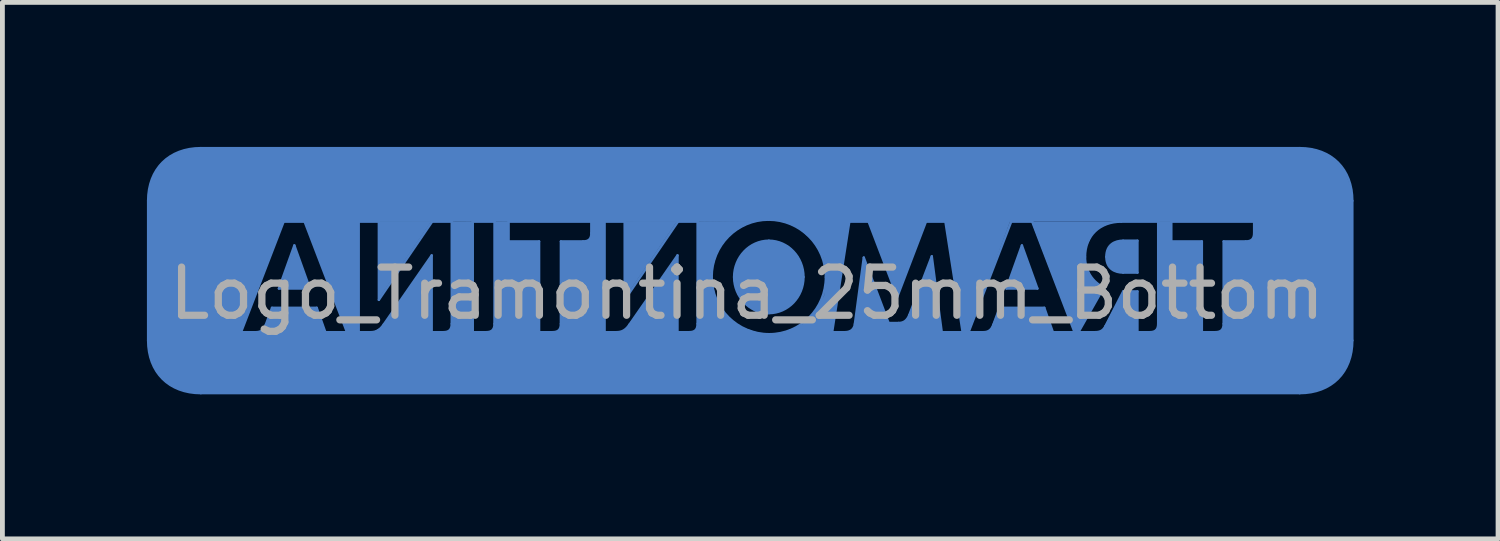
<source format=kicad_pcb>
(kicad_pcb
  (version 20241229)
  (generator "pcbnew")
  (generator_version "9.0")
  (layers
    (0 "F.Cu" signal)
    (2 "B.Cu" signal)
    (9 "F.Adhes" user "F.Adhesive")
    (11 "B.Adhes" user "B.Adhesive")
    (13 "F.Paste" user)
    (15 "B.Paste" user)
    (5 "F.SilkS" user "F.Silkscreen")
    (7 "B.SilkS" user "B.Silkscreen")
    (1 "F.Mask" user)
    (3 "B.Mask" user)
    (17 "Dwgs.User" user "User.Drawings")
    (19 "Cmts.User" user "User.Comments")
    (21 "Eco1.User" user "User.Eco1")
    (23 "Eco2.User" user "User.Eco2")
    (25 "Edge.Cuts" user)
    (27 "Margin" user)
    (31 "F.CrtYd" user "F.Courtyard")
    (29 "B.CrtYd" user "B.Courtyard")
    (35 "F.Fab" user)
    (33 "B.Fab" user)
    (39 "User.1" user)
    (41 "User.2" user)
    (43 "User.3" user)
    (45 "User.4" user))
  (footprint "Logo_Tramontina_25mm_Bottom"
    (layer "F.Cu")
    (at 12.458 2.54)
    (property "Reference" "Logo_Tramontina_25mm_Bottom" (at 0 0.5 0) (layer "F.Fab") (effects (font (size 1 1) (thickness 0.15))))
    (attr through_hole)
    (fp_poly (pts (xy -9.71 0.4) (xy -9.08 0.4) (xy -9.39 -0.47)) (stroke (width 0.01) (type solid)) (fill yes) (layer "B.Cu"))
    (fp_poly (pts (xy -7.65 -1) (xy -7.64 0.6) (xy -6.55 -1)) (stroke (width 0.01) (type solid)) (fill yes) (layer "B.Cu"))
    (fp_poly (pts (xy -2.55 -1) (xy -2.54 0.6) (xy -1.45 -1)) (stroke (width 0.01) (type solid)) (fill yes) (layer "B.Cu"))
    (fp_poly (pts (xy 3.12 0.55) (xy 3.72 -1.02) (xy 2.51 -1.02)) (stroke (width 0.01) (type solid)) (fill yes) (layer "B.Cu"))
    (fp_poly (pts (xy 5.39 0.39) (xy 6.02 0.39) (xy 5.71 -0.48)) (stroke (width 0.01) (type solid)) (fill yes) (layer "B.Cu"))
    (fp_poly (pts (xy -9.8 -1) (xy 0.08 -0.99) (xy 0.447 -1.029) (xy 0.8 -1) (xy 10.6 -1) (xy 10.6 -1.3) (xy 12.57 -1.3) (xy 12.54 -1.7) (xy -9.8 -1.7)) (stroke (width 0.01) (type solid)) (fill yes) (layer "B.Cu"))
    (fp_poly (pts (xy 7.59 -0.54) (xy 7.48 -0.41) (xy 7.46 -0.23) (xy 7.5 -0.07) (xy 7.65 0.05) (xy 7.76 0.06) (xy 8.1 0.06) (xy 8.1 -0.59) (xy 7.73 -0.59)) (stroke (width 0.01) (type solid)) (fill yes) (layer "B.Cu"))
    (fp_poly (pts (xy 0.2 -0.55) (xy -0.03 -0.41) (xy -0.18 -0.2) (xy -0.26 0) (xy -0.27 0.25) (xy -0.2 0.5) (xy -0.06 0.7) (xy 0.17 0.87) (xy 0.43 0.92) (xy 0.64 0.89) (xy 0.88 0.77) (xy 1.08 0.54) (xy 1.17 0.26) (xy 1.15 -0.05) (xy 1.05 -0.28) (xy 0.86 -0.48) (xy 0.65 -0.57) (xy 0.454 -0.593)) (stroke (width 0.01) (type solid)) (fill yes) (layer "B.Cu"))
    (fp_poly (pts (xy -11.61 -2.49) (xy -11.93 -2.37) (xy -12.18 -2.18) (xy -12.35 -1.89) (xy -12.42 -1.63) (xy -12.433 -1.421) (xy -12.433 1.478) (xy -12.39 1.83) (xy -12.25 2.15) (xy -11.96 2.42) (xy -11.66 2.54) (xy -11.338 2.572) (xy 11.473 2.572) (xy 11.82 2.53) (xy 12.1 2.41) (xy 12.38 2.15) (xy 12.54 1.78) (xy 12.567 1.478) (xy 12.567 -1.421) (xy 10.53 -1.42) (xy 10.53 -0.71) (xy 10.48 -0.61) (xy 10.32 -0.57) (xy 9.89 -0.57) (xy 9.89 1.18) (xy 9.85 1.28) (xy 9.74 1.31) (xy 9.44 1.31) (xy 9.44 -0.58) (xy 8.81 -0.58) (xy 8.81 -1) (xy 8.53 -1) (xy 8.53 1.21) (xy 8.46 1.29) (xy 8.361 1.306) (xy 8.106 1.306) (xy 8.106 0.46) (xy 7.81 0.46) (xy 7.38 1.27) (xy 7.27 1.31) (xy 6.881 1.306) (xy 7.4 0.38) (xy 7.16 0.2) (xy 7.03 -0.1) (xy 7.02 -0.42) (xy 7.2 -0.79) (xy 7.47 -0.94) (xy 7.68 -0.99) (xy 5.91 -0.99) (xy 6.8 1.31) (xy 6.35 1.3) (xy 6.17 0.8) (xy 5.243 0.8) (xy 5.06 1.25) (xy 4.97 1.31) (xy 4.61 1.3) (xy 5.5 -1.1) (xy 4.1 -1.1) (xy 4.476 1.306) (xy 4.043 1.306) (xy 3.84 -0.25) (xy 3.34 1) (xy 3.26 1.1) (xy 3.15 1.12) (xy 2.939 1.115) (xy 2.43 -0.23) (xy 2.23 1.18) (xy 2.16 1.27) (xy 2.04 1.31) (xy 1.77 1.31) (xy 2.124 -1.04) (xy 0.71 -1.03) (xy 1.1 -0.84) (xy 1.39 -0.57) (xy 1.58 -0.25) (xy 1.64 0.22) (xy 1.6 0.55) (xy 1.42 0.85) (xy 1.16 1.14) (xy 0.73 1.33) (xy 0.25 1.33) (xy -0.13 1.2) (xy -0.42 0.97) (xy -0.66 0.6) (xy -0.75 0.07) (xy -0.61 -0.39) (xy -0.36 -0.73) (xy 0.1 -1) (xy -1.026 -0.988) (xy -1.03 1.14) (xy -1.06 1.27) (xy -1.15 1.3) (xy -1.44 1.3) (xy -1.44 -0.27) (xy -2.53 1.26) (xy -2.65 1.31) (xy -2.95 1.3) (xy -2.95 -1.02) (xy -3.24 -1.02) (xy -3.24 -0.67) (xy -3.3 -0.6) (xy -3.43 -0.58) (xy -3.87 -0.58) (xy -3.87 1.2) (xy -3.9 1.26) (xy -3.96 1.29) (xy -4.039 1.306) (xy -4.32 1.3) (xy -4.32 -0.58) (xy -4.95 -0.58) (xy -4.949 -0.988) (xy -5.242 -0.988) (xy -5.25 1.19) (xy -5.29 1.27) (xy -5.37 1.3) (xy -5.69 1.3) (xy -5.69 -0.99) (xy -6.13 -0.988) (xy -6.13 1.2) (xy -6.19 1.29) (xy -6.31 1.31) (xy -6.546 1.306) (xy -6.55 -0.28) (xy -7.58 1.2) (xy -7.73 1.29) (xy -7.83 1.31) (xy -8.07 1.3) (xy -8.07 -1.03) (xy -9.19 -1.03) (xy -8.31 1.3) (xy -8.75 1.3) (xy -8.94 0.79) (xy -9.86 0.81) (xy -10.02 1.22) (xy -10.09 1.28) (xy -10.2 1.31) (xy -10.504 1.306) (xy -9.62 -0.98) (xy -9.62 -1.62) (xy 12.56 -1.64) (xy 12.39 -2.08) (xy 12.11 -2.35) (xy 11.71 -2.51) (xy 11.473 -2.515) (xy -11.338 -2.515)) (stroke (width 0.01) (type solid)) (fill yes) (layer "B.Cu"))
    (fp_curve (pts (xy -12.433 -1.421) (xy -12.433 -1.421) (xy -12.433 1.478) (xy -12.433 1.478)) (stroke (width 0.05) (type solid)) (layer "B.Cu"))
    (fp_curve (pts (xy -12.433 1.478) (xy -12.433 2.14) (xy -11.999 2.572) (xy -11.338 2.572)) (stroke (width 0.05) (type solid)) (layer "B.Cu"))
    (fp_curve (pts (xy -11.338 -2.515) (xy -11.999 -2.515) (xy -12.433 -2.082) (xy -12.433 -1.421)) (stroke (width 0.05) (type solid)) (layer "B.Cu"))
    (fp_curve (pts (xy -11.338 2.572) (xy -11.338 2.572) (xy 11.473 2.572) (xy 11.473 2.572)) (stroke (width 0.05) (type solid)) (layer "B.Cu"))
    (fp_curve (pts (xy -10.504 1.306) (xy -10.504 1.306) (xy -9.62 -0.988) (xy -9.62 -0.988)) (stroke (width 0.05) (type solid)) (layer "B.Cu"))
    (fp_curve (pts (xy -10.195 1.306) (xy -10.195 1.306) (xy -10.504 1.306) (xy -10.504 1.306)) (stroke (width 0.05) (type solid)) (layer "B.Cu"))
    (fp_curve (pts (xy -9.989 1.15) (xy -10.027 1.255) (xy -10.09 1.306) (xy -10.195 1.306)) (stroke (width 0.05) (type solid)) (layer "B.Cu"))
    (fp_curve (pts (xy -9.861 0.8) (xy -9.861 0.8) (xy -9.989 1.15) (xy -9.989 1.15)) (stroke (width 0.05) (type solid)) (layer "B.Cu"))
    (fp_curve (pts (xy -9.718 0.4) (xy -9.718 0.4) (xy -9.076 0.4) (xy -9.076 0.4)) (stroke (width 0.05) (type solid)) (layer "B.Cu"))
    (fp_curve (pts (xy -9.62 -0.988) (xy -9.62 -0.988) (xy -9.184 -0.988) (xy -9.184 -0.988)) (stroke (width 0.05) (type solid)) (layer "B.Cu"))
    (fp_curve (pts (xy -9.397 -0.495) (xy -9.397 -0.495) (xy -9.718 0.4) (xy -9.718 0.4)) (stroke (width 0.05) (type solid)) (layer "B.Cu"))
    (fp_curve (pts (xy -9.184 -0.988) (xy -9.184 -0.988) (xy -8.305 1.306) (xy -8.305 1.306)) (stroke (width 0.05) (type solid)) (layer "B.Cu"))
    (fp_curve (pts (xy -9.076 0.4) (xy -9.076 0.4) (xy -9.397 -0.495) (xy -9.397 -0.495)) (stroke (width 0.05) (type solid)) (layer "B.Cu"))
    (fp_curve (pts (xy -8.933 0.8) (xy -8.933 0.8) (xy -9.861 0.8) (xy -9.861 0.8)) (stroke (width 0.05) (type solid)) (layer "B.Cu"))
    (fp_curve (pts (xy -8.754 1.306) (xy -8.754 1.306) (xy -8.933 0.8) (xy -8.933 0.8)) (stroke (width 0.05) (type solid)) (layer "B.Cu"))
    (fp_curve (pts (xy -8.305 1.306) (xy -8.305 1.306) (xy -8.754 1.306) (xy -8.754 1.306)) (stroke (width 0.05) (type solid)) (layer "B.Cu"))
    (fp_curve (pts (xy -8.061 -0.988) (xy -8.061 -0.988) (xy -7.643 -0.988) (xy -7.643 -0.988)) (stroke (width 0.05) (type solid)) (layer "B.Cu"))
    (fp_curve (pts (xy -8.061 1.306) (xy -8.061 1.306) (xy -8.061 -0.988) (xy -8.061 -0.988)) (stroke (width 0.05) (type solid)) (layer "B.Cu"))
    (fp_curve (pts (xy -7.816 1.306) (xy -7.816 1.306) (xy -8.061 1.306) (xy -8.061 1.306)) (stroke (width 0.05) (type solid)) (layer "B.Cu"))
    (fp_curve (pts (xy -7.643 -0.988) (xy -7.643 -0.988) (xy -7.643 0.635) (xy -7.643 0.635)) (stroke (width 0.05) (type solid)) (layer "B.Cu"))
    (fp_curve (pts (xy -7.643 0.635) (xy -7.643 0.635) (xy -6.537 -0.988) (xy -6.537 -0.988)) (stroke (width 0.05) (type solid)) (layer "B.Cu"))
    (fp_curve (pts (xy -7.542 1.147) (xy -7.621 1.262) (xy -7.698 1.306) (xy -7.816 1.306)) (stroke (width 0.05) (type solid)) (layer "B.Cu"))
    (fp_curve (pts (xy -6.546 -0.288) (xy -6.546 -0.288) (xy -7.542 1.147) (xy -7.542 1.147)) (stroke (width 0.05) (type solid)) (layer "B.Cu"))
    (fp_curve (pts (xy -6.546 1.306) (xy -6.546 1.306) (xy -6.546 -0.288) (xy -6.546 -0.288)) (stroke (width 0.05) (type solid)) (layer "B.Cu"))
    (fp_curve (pts (xy -6.537 -0.988) (xy -6.537 -0.988) (xy -6.13 -0.988) (xy -6.13 -0.988)) (stroke (width 0.05) (type solid)) (layer "B.Cu"))
    (fp_curve (pts (xy -6.304 1.306) (xy -6.304 1.306) (xy -6.546 1.306) (xy -6.546 1.306)) (stroke (width 0.05) (type solid)) (layer "B.Cu"))
    (fp_curve (pts (xy -6.13 -0.988) (xy -6.13 -0.988) (xy -6.13 1.131) (xy -6.13 1.131)) (stroke (width 0.05) (type solid)) (layer "B.Cu"))
    (fp_curve (pts (xy -6.13 1.131) (xy -6.13 1.252) (xy -6.184 1.306) (xy -6.304 1.306)) (stroke (width 0.05) (type solid)) (layer "B.Cu"))
    (fp_curve (pts (xy -5.693 -0.988) (xy -5.693 -0.988) (xy -5.242 -0.988) (xy -5.242 -0.988)) (stroke (width 0.05) (type solid)) (layer "B.Cu"))
    (fp_curve (pts (xy -5.693 1.306) (xy -5.693 1.306) (xy -5.693 -0.988) (xy -5.693 -0.988)) (stroke (width 0.05) (type solid)) (layer "B.Cu"))
    (fp_curve (pts (xy -5.416 1.306) (xy -5.416 1.306) (xy -5.693 1.306) (xy -5.693 1.306)) (stroke (width 0.05) (type solid)) (layer "B.Cu"))
    (fp_curve (pts (xy -5.242 -0.988) (xy -5.242 -0.988) (xy -5.242 1.131) (xy -5.242 1.131)) (stroke (width 0.05) (type solid)) (layer "B.Cu"))
    (fp_curve (pts (xy -5.242 1.131) (xy -5.242 1.252) (xy -5.296 1.306) (xy -5.416 1.306)) (stroke (width 0.05) (type solid)) (layer "B.Cu"))
    (fp_curve (pts (xy -4.949 -0.988) (xy -4.949 -0.988) (xy -3.231 -0.988) (xy -3.231 -0.988)) (stroke (width 0.05) (type solid)) (layer "B.Cu"))
    (fp_curve (pts (xy -4.949 -0.578) (xy -4.949 -0.578) (xy -4.949 -0.988) (xy -4.949 -0.988)) (stroke (width 0.05) (type solid)) (layer "B.Cu"))
    (fp_curve (pts (xy -4.316 -0.578) (xy -4.316 -0.578) (xy -4.949 -0.578) (xy -4.949 -0.578)) (stroke (width 0.05) (type solid)) (layer "B.Cu"))
    (fp_curve (pts (xy -4.316 1.306) (xy -4.316 1.306) (xy -4.316 -0.578) (xy -4.316 -0.578)) (stroke (width 0.05) (type solid)) (layer "B.Cu"))
    (fp_curve (pts (xy -4.039 1.306) (xy -4.039 1.306) (xy -4.316 1.306) (xy -4.316 1.306)) (stroke (width 0.05) (type solid)) (layer "B.Cu"))
    (fp_curve (pts (xy -3.864 -0.578) (xy -3.864 -0.578) (xy -3.864 1.131) (xy -3.864 1.131)) (stroke (width 0.05) (type solid)) (layer "B.Cu"))
    (fp_curve (pts (xy -3.864 1.131) (xy -3.864 1.252) (xy -3.918 1.306) (xy -4.039 1.306)) (stroke (width 0.05) (type solid)) (layer "B.Cu"))
    (fp_curve (pts (xy -3.405 -0.578) (xy -3.405 -0.578) (xy -3.864 -0.578) (xy -3.864 -0.578)) (stroke (width 0.05) (type solid)) (layer "B.Cu"))
    (fp_curve (pts (xy -3.231 -0.988) (xy -3.231 -0.988) (xy -3.231 -0.752) (xy -3.231 -0.752)) (stroke (width 0.05) (type solid)) (layer "B.Cu"))
    (fp_curve (pts (xy -3.231 -0.752) (xy -3.231 -0.632) (xy -3.284 -0.578) (xy -3.405 -0.578)) (stroke (width 0.05) (type solid)) (layer "B.Cu"))
    (fp_curve (pts (xy -2.957 -0.988) (xy -2.957 -0.988) (xy -2.54 -0.988) (xy -2.54 -0.988)) (stroke (width 0.05) (type solid)) (layer "B.Cu"))
    (fp_curve (pts (xy -2.957 1.306) (xy -2.957 1.306) (xy -2.957 -0.988) (xy -2.957 -0.988)) (stroke (width 0.05) (type solid)) (layer "B.Cu"))
    (fp_curve (pts (xy -2.712 1.306) (xy -2.712 1.306) (xy -2.957 1.306) (xy -2.957 1.306)) (stroke (width 0.05) (type solid)) (layer "B.Cu"))
    (fp_curve (pts (xy -2.54 -0.988) (xy -2.54 -0.988) (xy -2.54 0.635) (xy -2.54 0.635)) (stroke (width 0.05) (type solid)) (layer "B.Cu"))
    (fp_curve (pts (xy -2.54 0.635) (xy -2.54 0.635) (xy -1.433 -0.988) (xy -1.433 -0.988)) (stroke (width 0.05) (type solid)) (layer "B.Cu"))
    (fp_curve (pts (xy -2.439 1.147) (xy -2.518 1.262) (xy -2.595 1.306) (xy -2.712 1.306)) (stroke (width 0.05) (type solid)) (layer "B.Cu"))
    (fp_curve (pts (xy -1.443 -0.288) (xy -1.443 -0.288) (xy -2.439 1.147) (xy -2.439 1.147)) (stroke (width 0.05) (type solid)) (layer "B.Cu"))
    (fp_curve (pts (xy -1.443 1.306) (xy -1.443 1.306) (xy -1.443 -0.288) (xy -1.443 -0.288)) (stroke (width 0.05) (type solid)) (layer "B.Cu"))
    (fp_curve (pts (xy -1.433 -0.988) (xy -1.433 -0.988) (xy -1.026 -0.988) (xy -1.026 -0.988)) (stroke (width 0.05) (type solid)) (layer "B.Cu"))
    (fp_curve (pts (xy -1.201 1.306) (xy -1.201 1.306) (xy -1.443 1.306) (xy -1.443 1.306)) (stroke (width 0.05) (type solid)) (layer "B.Cu"))
    (fp_curve (pts (xy -1.026 -0.988) (xy -1.026 -0.988) (xy -1.026 1.131) (xy -1.026 1.131)) (stroke (width 0.05) (type solid)) (layer "B.Cu"))
    (fp_curve (pts (xy -1.026 1.131) (xy -1.026 1.252) (xy -1.079 1.306) (xy -1.201 1.306)) (stroke (width 0.05) (type solid)) (layer "B.Cu"))
    (fp_curve (pts (xy -0.733 0.158) (xy -0.733 -0.495) (xy -0.204 -1.029) (xy 0.447 -1.029)) (stroke (width 0.05) (type solid)) (layer "B.Cu"))
    (fp_curve (pts (xy -0.268 0.161) (xy -0.268 0.574) (xy 0.056 0.911) (xy 0.454 0.911)) (stroke (width 0.05) (type solid)) (layer "B.Cu"))
    (fp_curve (pts (xy 0.447 -1.029) (xy 1.103 -1.029) (xy 1.637 -0.498) (xy 1.637 0.164)) (stroke (width 0.05) (type solid)) (layer "B.Cu"))
    (fp_curve (pts (xy 0.454 -0.593) (xy 0.056 -0.593) (xy -0.268 -0.253) (xy -0.268 0.161)) (stroke (width 0.05) (type solid)) (layer "B.Cu"))
    (fp_curve (pts (xy 0.454 0.911) (xy 0.852 0.911) (xy 1.173 0.574) (xy 1.173 0.161)) (stroke (width 0.05) (type solid)) (layer "B.Cu"))
    (fp_curve (pts (xy 0.461 1.348) (xy -0.195 1.348) (xy -0.733 0.819) (xy -0.733 0.158)) (stroke (width 0.05) (type solid)) (layer "B.Cu"))
    (fp_curve (pts (xy 1.173 0.161) (xy 1.173 -0.253) (xy 0.852 -0.593) (xy 0.454 -0.593)) (stroke (width 0.05) (type solid)) (layer "B.Cu"))
    (fp_curve (pts (xy 1.637 0.164) (xy 1.637 0.816) (xy 1.113 1.348) (xy 0.461 1.348)) (stroke (width 0.05) (type solid)) (layer "B.Cu"))
    (fp_curve (pts (xy 1.768 1.306) (xy 1.768 1.306) (xy 2.124 -0.988) (xy 2.124 -0.988)) (stroke (width 0.05) (type solid)) (layer "B.Cu"))
    (fp_curve (pts (xy 2.032 1.306) (xy 2.032 1.306) (xy 1.768 1.306) (xy 1.768 1.306)) (stroke (width 0.05) (type solid)) (layer "B.Cu"))
    (fp_curve (pts (xy 2.124 -0.988) (xy 2.124 -0.988) (xy 2.525 -0.988) (xy 2.525 -0.988)) (stroke (width 0.05) (type solid)) (layer "B.Cu"))
    (fp_curve (pts (xy 2.239 1.138) (xy 2.223 1.258) (xy 2.137 1.306) (xy 2.032 1.306)) (stroke (width 0.05) (type solid)) (layer "B.Cu"))
    (fp_curve (pts (xy 2.424 -0.243) (xy 2.424 -0.243) (xy 2.239 1.138) (xy 2.239 1.138)) (stroke (width 0.05) (type solid)) (layer "B.Cu"))
    (fp_curve (pts (xy 2.525 -0.988) (xy 2.525 -0.988) (xy 3.12 0.571) (xy 3.12 0.571)) (stroke (width 0.05) (type solid)) (layer "B.Cu"))
    (fp_curve (pts (xy 2.939 1.115) (xy 2.939 1.115) (xy 2.424 -0.243) (xy 2.424 -0.243)) (stroke (width 0.05) (type solid)) (layer "B.Cu"))
    (fp_curve (pts (xy 3.12 0.571) (xy 3.12 0.571) (xy 3.715 -0.988) (xy 3.715 -0.988)) (stroke (width 0.05) (type solid)) (layer "B.Cu"))
    (fp_curve (pts (xy 3.146 1.115) (xy 3.146 1.115) (xy 2.939 1.115) (xy 2.939 1.115)) (stroke (width 0.05) (type solid)) (layer "B.Cu"))
    (fp_curve (pts (xy 3.369 0.95) (xy 3.324 1.061) (xy 3.257 1.115) (xy 3.146 1.115)) (stroke (width 0.05) (type solid)) (layer "B.Cu"))
    (fp_curve (pts (xy 3.715 -0.988) (xy 3.715 -0.988) (xy 4.119 -0.988) (xy 4.119 -0.988)) (stroke (width 0.05) (type solid)) (layer "B.Cu"))
    (fp_curve (pts (xy 3.836 -0.269) (xy 3.836 -0.269) (xy 3.369 0.95) (xy 3.369 0.95)) (stroke (width 0.05) (type solid)) (layer "B.Cu"))
    (fp_curve (pts (xy 4.043 1.306) (xy 4.043 1.306) (xy 3.836 -0.269) (xy 3.836 -0.269)) (stroke (width 0.05) (type solid)) (layer "B.Cu"))
    (fp_curve (pts (xy 4.119 -0.988) (xy 4.119 -0.988) (xy 4.476 1.306) (xy 4.476 1.306)) (stroke (width 0.05) (type solid)) (layer "B.Cu"))
    (fp_curve (pts (xy 4.476 1.306) (xy 4.476 1.306) (xy 4.043 1.306) (xy 4.043 1.306)) (stroke (width 0.05) (type solid)) (layer "B.Cu"))
    (fp_curve (pts (xy 4.6 1.306) (xy 4.6 1.306) (xy 5.485 -0.988) (xy 5.485 -0.988)) (stroke (width 0.05) (type solid)) (layer "B.Cu"))
    (fp_curve (pts (xy 4.909 1.306) (xy 4.909 1.306) (xy 4.6 1.306) (xy 4.6 1.306)) (stroke (width 0.05) (type solid)) (layer "B.Cu"))
    (fp_curve (pts (xy 5.115 1.15) (xy 5.077 1.255) (xy 5.014 1.306) (xy 4.909 1.306)) (stroke (width 0.05) (type solid)) (layer "B.Cu"))
    (fp_curve (pts (xy 5.243 0.8) (xy 5.243 0.8) (xy 5.115 1.15) (xy 5.115 1.15)) (stroke (width 0.05) (type solid)) (layer "B.Cu"))
    (fp_curve (pts (xy 5.386 0.4) (xy 5.386 0.4) (xy 6.029 0.4) (xy 6.029 0.4)) (stroke (width 0.05) (type solid)) (layer "B.Cu"))
    (fp_curve (pts (xy 5.485 -0.988) (xy 5.485 -0.988) (xy 5.921 -0.988) (xy 5.921 -0.988)) (stroke (width 0.05) (type solid)) (layer "B.Cu"))
    (fp_curve (pts (xy 5.707 -0.495) (xy 5.707 -0.495) (xy 5.386 0.4) (xy 5.386 0.4)) (stroke (width 0.05) (type solid)) (layer "B.Cu"))
    (fp_curve (pts (xy 5.921 -0.988) (xy 5.921 -0.988) (xy 6.799 1.306) (xy 6.799 1.306)) (stroke (width 0.05) (type solid)) (layer "B.Cu"))
    (fp_curve (pts (xy 6.029 0.4) (xy 6.029 0.4) (xy 5.707 -0.495) (xy 5.707 -0.495)) (stroke (width 0.05) (type solid)) (layer "B.Cu"))
    (fp_curve (pts (xy 6.172 0.8) (xy 6.172 0.8) (xy 5.243 0.8) (xy 5.243 0.8)) (stroke (width 0.05) (type solid)) (layer "B.Cu"))
    (fp_curve (pts (xy 6.35 1.306) (xy 6.35 1.306) (xy 6.172 0.8) (xy 6.172 0.8)) (stroke (width 0.05) (type solid)) (layer "B.Cu"))
    (fp_curve (pts (xy 6.799 1.306) (xy 6.799 1.306) (xy 6.35 1.306) (xy 6.35 1.306)) (stroke (width 0.05) (type solid)) (layer "B.Cu"))
    (fp_curve (pts (xy 6.881 1.306) (xy 6.881 1.306) (xy 7.406 0.378) (xy 7.406 0.378)) (stroke (width 0.05) (type solid)) (layer "B.Cu"))
    (fp_curve (pts (xy 7.018 -0.256) (xy 7.018 -0.708) (xy 7.333 -0.988) (xy 7.769 -0.988)) (stroke (width 0.05) (type solid)) (layer "B.Cu"))
    (fp_curve (pts (xy 7.225 1.306) (xy 7.225 1.306) (xy 6.881 1.306) (xy 6.881 1.306)) (stroke (width 0.05) (type solid)) (layer "B.Cu"))
    (fp_curve (pts (xy 7.406 0.378) (xy 7.177 0.266) (xy 7.018 0.04) (xy 7.018 -0.256)) (stroke (width 0.05) (type solid)) (layer "B.Cu"))
    (fp_curve (pts (xy 7.445 1.176) (xy 7.397 1.271) (xy 7.333 1.306) (xy 7.225 1.306)) (stroke (width 0.05) (type solid)) (layer "B.Cu"))
    (fp_curve (pts (xy 7.46 -0.259) (xy 7.46 -0.008) (xy 7.645 0.069) (xy 7.807 0.069)) (stroke (width 0.05) (type solid)) (layer "B.Cu"))
    (fp_curve (pts (xy 7.769 -0.988) (xy 7.769 -0.988) (xy 8.536 -0.988) (xy 8.536 -0.988)) (stroke (width 0.05) (type solid)) (layer "B.Cu"))
    (fp_curve (pts (xy 7.807 -0.593) (xy 7.645 -0.593) (xy 7.46 -0.517) (xy 7.46 -0.259)) (stroke (width 0.05) (type solid)) (layer "B.Cu"))
    (fp_curve (pts (xy 7.807 0.069) (xy 7.807 0.069) (xy 8.106 0.069) (xy 8.106 0.069)) (stroke (width 0.05) (type solid)) (layer "B.Cu"))
    (fp_curve (pts (xy 7.81 0.46) (xy 7.81 0.46) (xy 7.445 1.176) (xy 7.445 1.176)) (stroke (width 0.05) (type solid)) (layer "B.Cu"))
    (fp_curve (pts (xy 8.106 -0.593) (xy 8.106 -0.593) (xy 7.807 -0.593) (xy 7.807 -0.593)) (stroke (width 0.05) (type solid)) (layer "B.Cu"))
    (fp_curve (pts (xy 8.106 0.069) (xy 8.106 0.069) (xy 8.106 -0.593) (xy 8.106 -0.593)) (stroke (width 0.05) (type solid)) (layer "B.Cu"))
    (fp_curve (pts (xy 8.106 0.46) (xy 8.106 0.46) (xy 7.81 0.46) (xy 7.81 0.46)) (stroke (width 0.05) (type solid)) (layer "B.Cu"))
    (fp_curve (pts (xy 8.106 1.306) (xy 8.106 1.306) (xy 8.106 0.46) (xy 8.106 0.46)) (stroke (width 0.05) (type solid)) (layer "B.Cu"))
    (fp_curve (pts (xy 8.361 1.306) (xy 8.361 1.306) (xy 8.106 1.306) (xy 8.106 1.306)) (stroke (width 0.05) (type solid)) (layer "B.Cu"))
    (fp_curve (pts (xy 8.536 -0.988) (xy 8.536 -0.988) (xy 8.536 1.131) (xy 8.536 1.131)) (stroke (width 0.05) (type solid)) (layer "B.Cu"))
    (fp_curve (pts (xy 8.536 1.131) (xy 8.536 1.252) (xy 8.482 1.306) (xy 8.361 1.306)) (stroke (width 0.05) (type solid)) (layer "B.Cu"))
    (fp_curve (pts (xy 8.809 -0.988) (xy 8.809 -0.988) (xy 10.528 -0.988) (xy 10.528 -0.988)) (stroke (width 0.05) (type solid)) (layer "B.Cu"))
    (fp_curve (pts (xy 8.809 -0.578) (xy 8.809 -0.578) (xy 8.809 -0.988) (xy 8.809 -0.988)) (stroke (width 0.05) (type solid)) (layer "B.Cu"))
    (fp_curve (pts (xy 9.443 -0.578) (xy 9.443 -0.578) (xy 8.809 -0.578) (xy 8.809 -0.578)) (stroke (width 0.05) (type solid)) (layer "B.Cu"))
    (fp_curve (pts (xy 9.443 1.306) (xy 9.443 1.306) (xy 9.443 -0.578) (xy 9.443 -0.578)) (stroke (width 0.05) (type solid)) (layer "B.Cu"))
    (fp_curve (pts (xy 9.719 1.306) (xy 9.719 1.306) (xy 9.443 1.306) (xy 9.443 1.306)) (stroke (width 0.05) (type solid)) (layer "B.Cu"))
    (fp_curve (pts (xy 9.895 -0.578) (xy 9.895 -0.578) (xy 9.895 1.131) (xy 9.895 1.131)) (stroke (width 0.05) (type solid)) (layer "B.Cu"))
    (fp_curve (pts (xy 9.895 1.131) (xy 9.895 1.252) (xy 9.841 1.306) (xy 9.719 1.306)) (stroke (width 0.05) (type solid)) (layer "B.Cu"))
    (fp_curve (pts (xy 10.353 -0.578) (xy 10.353 -0.578) (xy 9.895 -0.578) (xy 9.895 -0.578)) (stroke (width 0.05) (type solid)) (layer "B.Cu"))
    (fp_curve (pts (xy 10.528 -0.988) (xy 10.528 -0.988) (xy 10.528 -0.752) (xy 10.528 -0.752)) (stroke (width 0.05) (type solid)) (layer "B.Cu"))
    (fp_curve (pts (xy 10.528 -0.752) (xy 10.528 -0.632) (xy 10.474 -0.578) (xy 10.353 -0.578)) (stroke (width 0.05) (type solid)) (layer "B.Cu"))
    (fp_curve (pts (xy 11.473 -2.515) (xy 11.473 -2.515) (xy -11.338 -2.515) (xy -11.338 -2.515)) (stroke (width 0.05) (type solid)) (layer "B.Cu"))
    (fp_curve (pts (xy 11.473 2.572) (xy 12.134 2.572) (xy 12.567 2.14) (xy 12.567 1.478)) (stroke (width 0.05) (type solid)) (layer "B.Cu"))
    (fp_curve (pts (xy 12.567 -1.421) (xy 12.567 -2.082) (xy 12.134 -2.515) (xy 11.473 -2.515)) (stroke (width 0.05) (type solid)) (layer "B.Cu"))
    (fp_curve (pts (xy 12.567 1.478) (xy 12.567 1.478) (xy 12.567 -1.421) (xy 12.567 -1.421)) (stroke (width 0.05) (type solid)) (layer "B.Cu")))
  (gr_rect
    (start -3 -3)
    (end 28.05 8.137)
    (stroke (width 0.1) (type default))
    (fill no)
    (layer "Edge.Cuts")))
</source>
